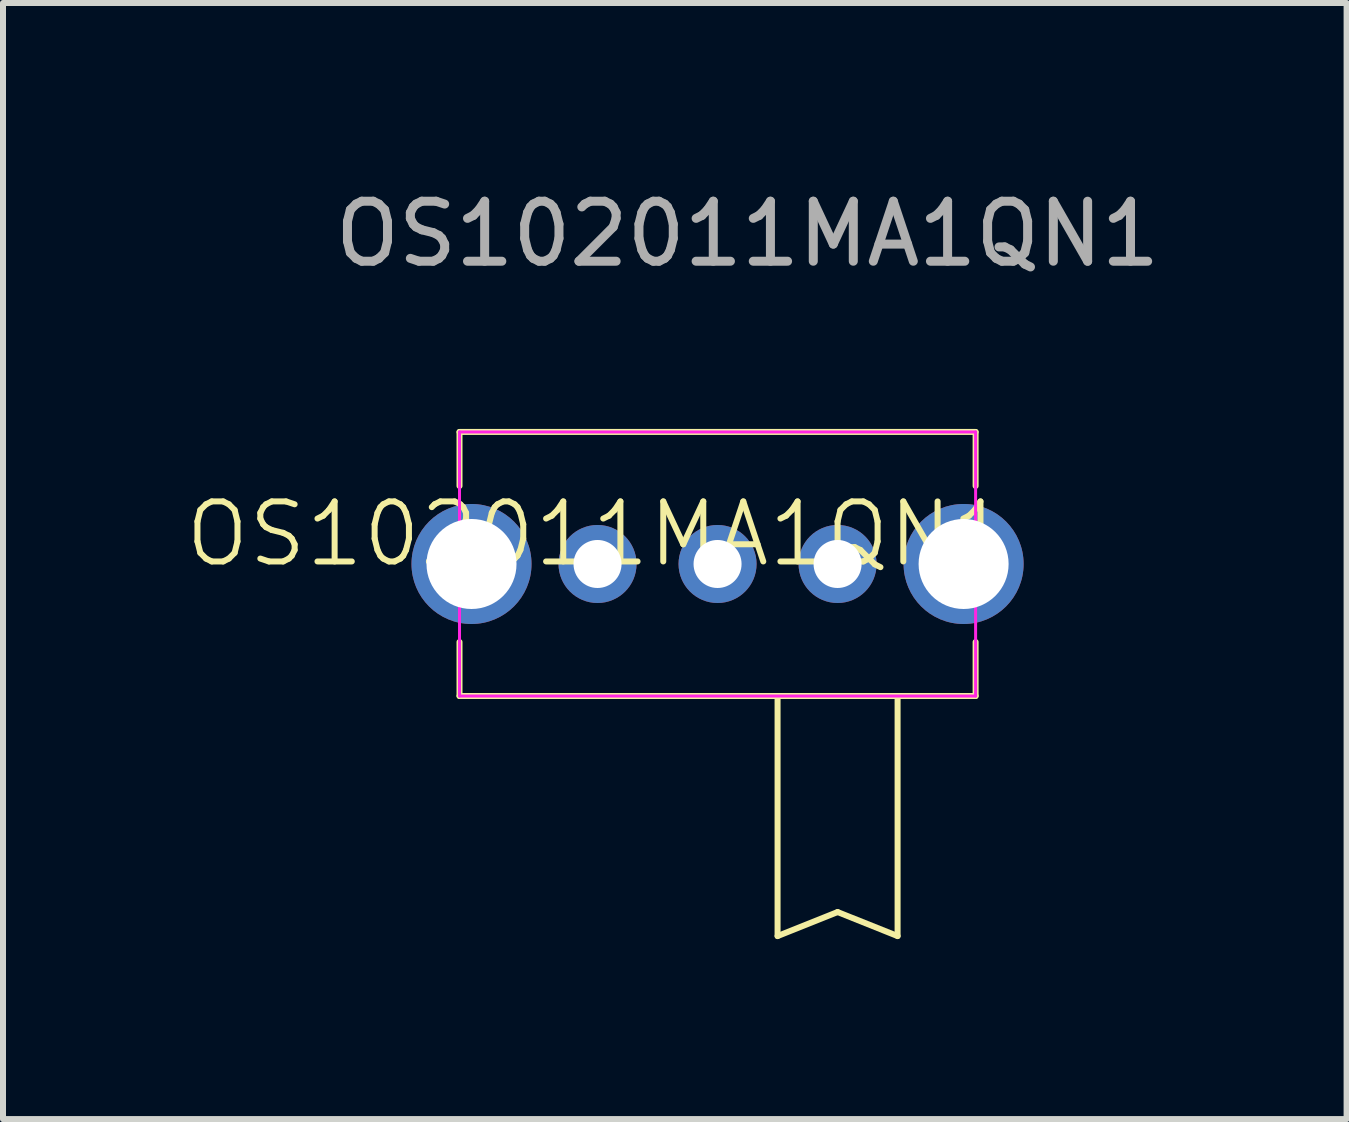
<source format=kicad_pcb>
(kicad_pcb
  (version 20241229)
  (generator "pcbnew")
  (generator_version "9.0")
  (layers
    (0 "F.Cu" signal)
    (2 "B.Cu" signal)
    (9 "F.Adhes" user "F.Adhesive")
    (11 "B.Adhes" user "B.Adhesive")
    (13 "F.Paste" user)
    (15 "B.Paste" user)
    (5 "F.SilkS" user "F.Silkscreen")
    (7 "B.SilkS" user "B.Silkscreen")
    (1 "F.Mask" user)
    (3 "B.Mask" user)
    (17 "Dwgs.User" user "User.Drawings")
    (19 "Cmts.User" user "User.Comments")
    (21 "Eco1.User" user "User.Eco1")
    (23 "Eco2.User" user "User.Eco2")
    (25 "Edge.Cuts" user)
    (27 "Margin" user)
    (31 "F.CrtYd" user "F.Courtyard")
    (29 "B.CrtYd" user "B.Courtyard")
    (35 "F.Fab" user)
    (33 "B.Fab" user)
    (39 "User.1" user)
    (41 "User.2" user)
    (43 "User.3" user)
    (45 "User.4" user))
  (footprint "OS102011MA1QN1"
    (layer "F.Cu")
    (at 8.907 6.348)
    (property "Reference" "OS102011MA1QN1" (at -2 -0.5 0) (unlocked yes) (layer "F.SilkS") (effects (font (size 1 1) (thickness 0.1))))
    (attr through_hole)
    (fp_line (start -4.3 -2.2) (end 4.3 -2.2) (stroke (width 0.1) (type default)) (layer "F.SilkS"))
    (fp_line (start -4.3 -1.3) (end -4.3 -2.2) (stroke (width 0.1) (type default)) (layer "F.SilkS"))
    (fp_line (start -4.3 2.2) (end -4.3 1.3) (stroke (width 0.1) (type default)) (layer "F.SilkS"))
    (fp_line (start 1 2.2) (end 1 6.2) (stroke (width 0.1) (type default)) (layer "F.SilkS"))
    (fp_line (start 1 6.2) (end 2 5.8) (stroke (width 0.1) (type default)) (layer "F.SilkS"))
    (fp_line (start 2 5.8) (end 3 6.2) (stroke (width 0.1) (type default)) (layer "F.SilkS"))
    (fp_line (start 3 6.2) (end 3 2.2) (stroke (width 0.1) (type default)) (layer "F.SilkS"))
    (fp_line (start 4.3 -2.2) (end 4.3 -1.3) (stroke (width 0.1) (type default)) (layer "F.SilkS"))
    (fp_line (start 4.3 1.3) (end 4.3 2.2) (stroke (width 0.1) (type default)) (layer "F.SilkS"))
    (fp_line (start 4.3 2.2) (end -4.3 2.2) (stroke (width 0.1) (type default)) (layer "F.SilkS"))
    (fp_line (start -4.3 -2.2) (end -4.3 2.2) (stroke (width 0.05) (type default)) (layer "F.CrtYd"))
    (fp_line (start -4.3 -2.2) (end 4.3 -2.2) (stroke (width 0.05) (type default)) (layer "F.CrtYd"))
    (fp_line (start -4.3 2.2) (end 4.3 2.2) (stroke (width 0.05) (type default)) (layer "F.CrtYd"))
    (fp_line (start 4.3 2.2) (end 4.3 -2.2) (stroke (width 0.05) (type default)) (layer "F.CrtYd"))
    (fp_text user "${REFERENCE}" (at 0.5 -5.5 0) (unlocked yes) (layer "F.Fab") (effects (font (size 1 1) (thickness 0.15))))
    (pad "1" thru_hole circle (at -2 0) (size 1.3 1.3) (drill 0.8) (layers "*.Cu" "*.Mask"))
    (pad "2" thru_hole circle (at 0 0) (size 1.3 1.3) (drill 0.8) (layers "*.Cu" "*.Mask"))
    (pad "3" thru_hole circle (at 2 0) (size 1.3 1.3) (drill 0.8) (layers "*.Cu" "*.Mask"))
    (pad "4" thru_hole circle (at -4.1 0) (size 2 2) (drill 1.5) (layers "*.Cu" "*.Mask"))
    (pad "5" thru_hole circle (at 4.1 0) (size 2 2) (drill 1.5) (layers "*.Cu" "*.Mask")))
  (gr_rect
    (start -3 -3)
    (end 19.389 15.598)
    (stroke (width 0.1) (type default))
    (fill no)
    (layer "Edge.Cuts")))
</source>
